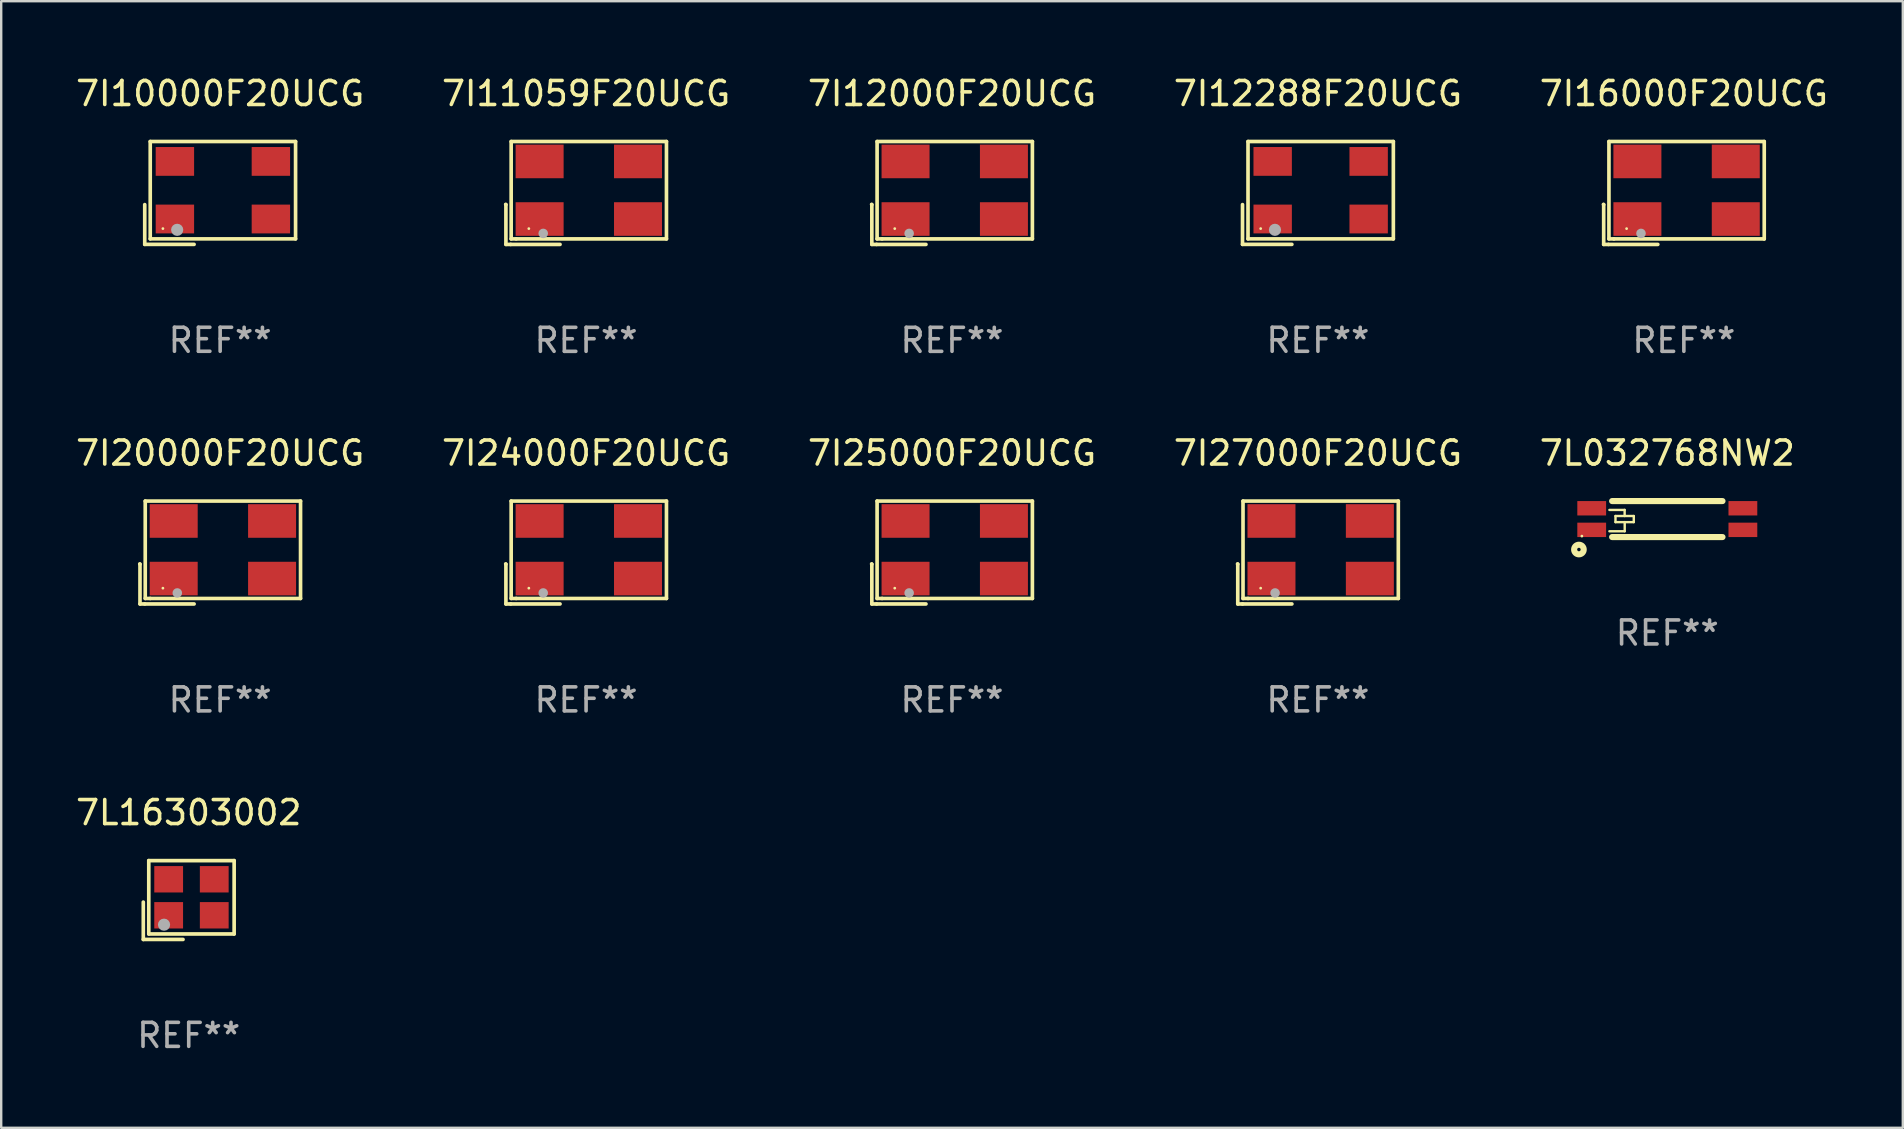
<source format=kicad_pcb>
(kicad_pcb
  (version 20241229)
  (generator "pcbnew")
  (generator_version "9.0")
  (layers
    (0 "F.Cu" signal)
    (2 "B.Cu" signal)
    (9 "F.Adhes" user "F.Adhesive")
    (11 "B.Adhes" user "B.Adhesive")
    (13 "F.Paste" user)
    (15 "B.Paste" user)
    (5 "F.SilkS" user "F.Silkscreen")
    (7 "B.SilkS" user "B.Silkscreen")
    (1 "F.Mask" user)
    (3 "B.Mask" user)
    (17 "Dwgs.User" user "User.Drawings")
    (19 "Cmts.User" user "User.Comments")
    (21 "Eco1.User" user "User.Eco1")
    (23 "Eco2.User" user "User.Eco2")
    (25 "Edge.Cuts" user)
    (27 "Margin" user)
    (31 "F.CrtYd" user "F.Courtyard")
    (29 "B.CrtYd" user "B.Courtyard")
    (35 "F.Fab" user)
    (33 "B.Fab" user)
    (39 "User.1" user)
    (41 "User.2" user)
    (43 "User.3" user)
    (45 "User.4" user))
  (footprint "7I27000F20UCG"
    (layer "F.Cu")
    (at 51.875 19.976)
    (property "Reference" "7I27000F20UCG" (at 0 -4.144 0) (layer "F.SilkS") (effects (font (size 1 1) (thickness 0.15))))
    (attr through_hole)
    (fp_line (start -3.35 0.476) (end -3.341 0.485) (stroke (width 0.152) (type solid)) (layer "F.SilkS"))
    (fp_line (start -3.341 0.485) (end -3.341 2.144) (stroke (width 0.152) (type solid)) (layer "F.SilkS"))
    (fp_line (start -3.341 2.144) (end -3.143 2.144) (stroke (width 0.152) (type solid)) (layer "F.SilkS"))
    (fp_line (start -3.143 2.144) (end -1.085 2.144) (stroke (width 0.152) (type solid)) (layer "F.SilkS"))
    (fp_line (start -3.122 -2.144) (end 3.35 -2.144) (stroke (width 0.152) (type solid)) (layer "F.SilkS"))
    (fp_line (start -3.122 1.915) (end -3.122 -2.144) (stroke (width 0.152) (type solid)) (layer "F.SilkS"))
    (fp_line (start -2.914 1.915) (end -3.122 1.915) (stroke (width 0.152) (type solid)) (layer "F.SilkS"))
    (fp_line (start 3.35 -2.144) (end 3.35 1.915) (stroke (width 0.152) (type solid)) (layer "F.SilkS"))
    (fp_line (start 3.35 1.915) (end -2.914 1.915) (stroke (width 0.152) (type solid)) (layer "F.SilkS"))
    (fp_circle (center -2.386 1.486) (end -2.356 1.486) (stroke (width 0.06) (type solid)) (fill no) (layer "F.SilkS"))
    (fp_circle (center -1.786 1.686) (end -1.686 1.686) (stroke (width 0.2) (type solid)) (fill no) (layer "F.Fab"))
    (fp_text user "REF**" (at 0 6.144 0) (layer "F.Fab") (effects (font (size 1 1) (thickness 0.15))))
    (pad "1" smd rect (at -1.936 1.086) (size 2 1.4) (layers "F.Cu" "F.Mask" "F.Paste"))
    (pad "2" smd rect (at 2.164 1.086) (size 2 1.4) (layers "F.Cu" "F.Mask" "F.Paste"))
    (pad "3" smd rect (at 2.164 -1.314) (size 2 1.4) (layers "F.Cu" "F.Mask" "F.Paste"))
    (pad "4" smd rect (at -1.936 -1.314) (size 2 1.4) (layers "F.Cu" "F.Mask" "F.Paste")))
  (footprint "7L032768NW2"
    (layer "F.Cu")
    (at 66.435 18.582)
    (property "Reference" "7L032768NW2" (at 0 -2.75 0) (layer "F.SilkS") (effects (font (size 1 1) (thickness 0.15))))
    (attr through_hole)
    (fp_line (start -2.413 -0.381) (end -1.778 -0.381) (stroke (width 0.1) (type solid)) (layer "F.SilkS"))
    (fp_line (start -2.3 -0.75) (end 2.3 -0.75) (stroke (width 0.254) (type solid)) (layer "F.SilkS"))
    (fp_line (start -2.3 0.75) (end 2.3 0.75) (stroke (width 0.254) (type solid)) (layer "F.SilkS"))
    (fp_line (start -2.159 -0.127) (end -2.159 0.127) (stroke (width 0.1) (type solid)) (layer "F.SilkS"))
    (fp_line (start -2.159 0.127) (end -1.397 0.127) (stroke (width 0.1) (type solid)) (layer "F.SilkS"))
    (fp_line (start -1.778 -0.381) (end -1.778 -0.127) (stroke (width 0.1) (type solid)) (layer "F.SilkS"))
    (fp_line (start -1.775 0.127) (end -1.775 0.508) (stroke (width 0.1) (type solid)) (layer "F.SilkS"))
    (fp_line (start -1.775 0.508) (end -2.413 0.508) (stroke (width 0.1) (type solid)) (layer "F.SilkS"))
    (fp_line (start -1.397 -0.127) (end -2.159 -0.127) (stroke (width 0.1) (type solid)) (layer "F.SilkS"))
    (fp_line (start -1.397 0.127) (end -1.397 -0.127) (stroke (width 0.1) (type solid)) (layer "F.SilkS"))
    (fp_circle (center -3.683 1.27) (end -3.483 1.27) (stroke (width 0.254) (type solid)) (fill no) (layer "F.SilkS"))
    (fp_circle (center -3.56 0.71) (end -3.53 0.71) (stroke (width 0.06) (type solid)) (fill no) (layer "F.SilkS"))
    (fp_text user "REF**" (at 0 4.75 0) (layer "F.Fab") (effects (font (size 1 1) (thickness 0.15))))
    (pad "1" smd rect (at -3.15 0.45) (size 1.2 0.6) (layers "F.Cu" "F.Mask" "F.Paste"))
    (pad "2" smd rect (at 3.15 0.45) (size 1.2 0.6) (layers "F.Cu" "F.Mask" "F.Paste"))
    (pad "3" smd rect (at 3.15 -0.45 180) (size 1.2 0.6) (layers "F.Cu" "F.Mask" "F.Paste"))
    (pad "4" smd rect (at -3.15 -0.45 180) (size 1.2 0.6) (layers "F.Cu" "F.Mask" "F.Paste")))
  (footprint "7I24000F20UCG"
    (layer "F.Cu")
    (at 21.375 19.976)
    (property "Reference" "7I24000F20UCG" (at 0 -4.144 0) (layer "F.SilkS") (effects (font (size 1 1) (thickness 0.15))))
    (attr through_hole)
    (fp_line (start -3.35 0.476) (end -3.341 0.485) (stroke (width 0.152) (type solid)) (layer "F.SilkS"))
    (fp_line (start -3.341 0.485) (end -3.341 2.144) (stroke (width 0.152) (type solid)) (layer "F.SilkS"))
    (fp_line (start -3.341 2.144) (end -3.143 2.144) (stroke (width 0.152) (type solid)) (layer "F.SilkS"))
    (fp_line (start -3.143 2.144) (end -1.085 2.144) (stroke (width 0.152) (type solid)) (layer "F.SilkS"))
    (fp_line (start -3.122 -2.144) (end 3.35 -2.144) (stroke (width 0.152) (type solid)) (layer "F.SilkS"))
    (fp_line (start -3.122 1.915) (end -3.122 -2.144) (stroke (width 0.152) (type solid)) (layer "F.SilkS"))
    (fp_line (start -2.914 1.915) (end -3.122 1.915) (stroke (width 0.152) (type solid)) (layer "F.SilkS"))
    (fp_line (start 3.35 -2.144) (end 3.35 1.915) (stroke (width 0.152) (type solid)) (layer "F.SilkS"))
    (fp_line (start 3.35 1.915) (end -2.914 1.915) (stroke (width 0.152) (type solid)) (layer "F.SilkS"))
    (fp_circle (center -2.386 1.486) (end -2.356 1.486) (stroke (width 0.06) (type solid)) (fill no) (layer "F.SilkS"))
    (fp_circle (center -1.786 1.686) (end -1.686 1.686) (stroke (width 0.2) (type solid)) (fill no) (layer "F.Fab"))
    (fp_text user "REF**" (at 0 6.144 0) (layer "F.Fab") (effects (font (size 1 1) (thickness 0.15))))
    (pad "1" smd rect (at -1.936 1.086) (size 2 1.4) (layers "F.Cu" "F.Mask" "F.Paste"))
    (pad "2" smd rect (at 2.164 1.086) (size 2 1.4) (layers "F.Cu" "F.Mask" "F.Paste"))
    (pad "3" smd rect (at 2.164 -1.314) (size 2 1.4) (layers "F.Cu" "F.Mask" "F.Paste"))
    (pad "4" smd rect (at -1.936 -1.314) (size 2 1.4) (layers "F.Cu" "F.Mask" "F.Paste")))
  (footprint "7I25000F20UCG"
    (layer "F.Cu")
    (at 36.625 19.976)
    (property "Reference" "7I25000F20UCG" (at 0 -4.144 0) (layer "F.SilkS") (effects (font (size 1 1) (thickness 0.15))))
    (attr through_hole)
    (fp_line (start -3.35 0.476) (end -3.341 0.485) (stroke (width 0.152) (type solid)) (layer "F.SilkS"))
    (fp_line (start -3.341 0.485) (end -3.341 2.144) (stroke (width 0.152) (type solid)) (layer "F.SilkS"))
    (fp_line (start -3.341 2.144) (end -3.143 2.144) (stroke (width 0.152) (type solid)) (layer "F.SilkS"))
    (fp_line (start -3.143 2.144) (end -1.085 2.144) (stroke (width 0.152) (type solid)) (layer "F.SilkS"))
    (fp_line (start -3.122 -2.144) (end 3.35 -2.144) (stroke (width 0.152) (type solid)) (layer "F.SilkS"))
    (fp_line (start -3.122 1.915) (end -3.122 -2.144) (stroke (width 0.152) (type solid)) (layer "F.SilkS"))
    (fp_line (start -2.914 1.915) (end -3.122 1.915) (stroke (width 0.152) (type solid)) (layer "F.SilkS"))
    (fp_line (start 3.35 -2.144) (end 3.35 1.915) (stroke (width 0.152) (type solid)) (layer "F.SilkS"))
    (fp_line (start 3.35 1.915) (end -2.914 1.915) (stroke (width 0.152) (type solid)) (layer "F.SilkS"))
    (fp_circle (center -2.386 1.486) (end -2.356 1.486) (stroke (width 0.06) (type solid)) (fill no) (layer "F.SilkS"))
    (fp_circle (center -1.786 1.686) (end -1.686 1.686) (stroke (width 0.2) (type solid)) (fill no) (layer "F.Fab"))
    (fp_text user "REF**" (at 0 6.144 0) (layer "F.Fab") (effects (font (size 1 1) (thickness 0.15))))
    (pad "1" smd rect (at -1.936 1.086) (size 2 1.4) (layers "F.Cu" "F.Mask" "F.Paste"))
    (pad "2" smd rect (at 2.164 1.086) (size 2 1.4) (layers "F.Cu" "F.Mask" "F.Paste"))
    (pad "3" smd rect (at 2.164 -1.314) (size 2 1.4) (layers "F.Cu" "F.Mask" "F.Paste"))
    (pad "4" smd rect (at -1.936 -1.314) (size 2 1.4) (layers "F.Cu" "F.Mask" "F.Paste")))
  (footprint "7I11059F20UCG"
    (layer "F.Cu")
    (at 21.375 4.992)
    (property "Reference" "7I11059F20UCG" (at 0 -4.144 0) (layer "F.SilkS") (effects (font (size 1 1) (thickness 0.15))))
    (attr through_hole)
    (fp_line (start -3.35 0.476) (end -3.341 0.485) (stroke (width 0.152) (type solid)) (layer "F.SilkS"))
    (fp_line (start -3.341 0.485) (end -3.341 2.144) (stroke (width 0.152) (type solid)) (layer "F.SilkS"))
    (fp_line (start -3.341 2.144) (end -3.143 2.144) (stroke (width 0.152) (type solid)) (layer "F.SilkS"))
    (fp_line (start -3.143 2.144) (end -1.085 2.144) (stroke (width 0.152) (type solid)) (layer "F.SilkS"))
    (fp_line (start -3.122 -2.144) (end 3.35 -2.144) (stroke (width 0.152) (type solid)) (layer "F.SilkS"))
    (fp_line (start -3.122 1.915) (end -3.122 -2.144) (stroke (width 0.152) (type solid)) (layer "F.SilkS"))
    (fp_line (start -2.914 1.915) (end -3.122 1.915) (stroke (width 0.152) (type solid)) (layer "F.SilkS"))
    (fp_line (start 3.35 -2.144) (end 3.35 1.915) (stroke (width 0.152) (type solid)) (layer "F.SilkS"))
    (fp_line (start 3.35 1.915) (end -2.914 1.915) (stroke (width 0.152) (type solid)) (layer "F.SilkS"))
    (fp_circle (center -2.386 1.486) (end -2.356 1.486) (stroke (width 0.06) (type solid)) (fill no) (layer "F.SilkS"))
    (fp_circle (center -1.786 1.686) (end -1.686 1.686) (stroke (width 0.2) (type solid)) (fill no) (layer "F.Fab"))
    (fp_text user "REF**" (at 0 6.144 0) (layer "F.Fab") (effects (font (size 1 1) (thickness 0.15))))
    (pad "1" smd rect (at -1.936 1.086) (size 2 1.4) (layers "F.Cu" "F.Mask" "F.Paste"))
    (pad "2" smd rect (at 2.164 1.086) (size 2 1.4) (layers "F.Cu" "F.Mask" "F.Paste"))
    (pad "3" smd rect (at 2.164 -1.314) (size 2 1.4) (layers "F.Cu" "F.Mask" "F.Paste"))
    (pad "4" smd rect (at -1.936 -1.314) (size 2 1.4) (layers "F.Cu" "F.Mask" "F.Paste")))
  (footprint "7I20000F20UCG"
    (layer "F.Cu")
    (at 6.125 19.976)
    (property "Reference" "7I20000F20UCG" (at 0 -4.144 0) (layer "F.SilkS") (effects (font (size 1 1) (thickness 0.15))))
    (attr through_hole)
    (fp_line (start -3.35 0.476) (end -3.341 0.485) (stroke (width 0.152) (type solid)) (layer "F.SilkS"))
    (fp_line (start -3.341 0.485) (end -3.341 2.144) (stroke (width 0.152) (type solid)) (layer "F.SilkS"))
    (fp_line (start -3.341 2.144) (end -3.143 2.144) (stroke (width 0.152) (type solid)) (layer "F.SilkS"))
    (fp_line (start -3.143 2.144) (end -1.085 2.144) (stroke (width 0.152) (type solid)) (layer "F.SilkS"))
    (fp_line (start -3.122 -2.144) (end 3.35 -2.144) (stroke (width 0.152) (type solid)) (layer "F.SilkS"))
    (fp_line (start -3.122 1.915) (end -3.122 -2.144) (stroke (width 0.152) (type solid)) (layer "F.SilkS"))
    (fp_line (start -2.914 1.915) (end -3.122 1.915) (stroke (width 0.152) (type solid)) (layer "F.SilkS"))
    (fp_line (start 3.35 -2.144) (end 3.35 1.915) (stroke (width 0.152) (type solid)) (layer "F.SilkS"))
    (fp_line (start 3.35 1.915) (end -2.914 1.915) (stroke (width 0.152) (type solid)) (layer "F.SilkS"))
    (fp_circle (center -2.386 1.486) (end -2.356 1.486) (stroke (width 0.06) (type solid)) (fill no) (layer "F.SilkS"))
    (fp_circle (center -1.786 1.686) (end -1.686 1.686) (stroke (width 0.2) (type solid)) (fill no) (layer "F.Fab"))
    (fp_text user "REF**" (at 0 6.144 0) (layer "F.Fab") (effects (font (size 1 1) (thickness 0.15))))
    (pad "1" smd rect (at -1.936 1.086) (size 2 1.4) (layers "F.Cu" "F.Mask" "F.Paste"))
    (pad "2" smd rect (at 2.164 1.086) (size 2 1.4) (layers "F.Cu" "F.Mask" "F.Paste"))
    (pad "3" smd rect (at 2.164 -1.314) (size 2 1.4) (layers "F.Cu" "F.Mask" "F.Paste"))
    (pad "4" smd rect (at -1.936 -1.314) (size 2 1.4) (layers "F.Cu" "F.Mask" "F.Paste")))
  (footprint "7I16000F20UCG"
    (layer "F.Cu")
    (at 67.125 4.992)
    (property "Reference" "7I16000F20UCG" (at 0 -4.144 0) (layer "F.SilkS") (effects (font (size 1 1) (thickness 0.15))))
    (attr through_hole)
    (fp_line (start -3.35 0.476) (end -3.341 0.485) (stroke (width 0.152) (type solid)) (layer "F.SilkS"))
    (fp_line (start -3.341 0.485) (end -3.341 2.144) (stroke (width 0.152) (type solid)) (layer "F.SilkS"))
    (fp_line (start -3.341 2.144) (end -3.143 2.144) (stroke (width 0.152) (type solid)) (layer "F.SilkS"))
    (fp_line (start -3.143 2.144) (end -1.085 2.144) (stroke (width 0.152) (type solid)) (layer "F.SilkS"))
    (fp_line (start -3.122 -2.144) (end 3.35 -2.144) (stroke (width 0.152) (type solid)) (layer "F.SilkS"))
    (fp_line (start -3.122 1.915) (end -3.122 -2.144) (stroke (width 0.152) (type solid)) (layer "F.SilkS"))
    (fp_line (start -2.914 1.915) (end -3.122 1.915) (stroke (width 0.152) (type solid)) (layer "F.SilkS"))
    (fp_line (start 3.35 -2.144) (end 3.35 1.915) (stroke (width 0.152) (type solid)) (layer "F.SilkS"))
    (fp_line (start 3.35 1.915) (end -2.914 1.915) (stroke (width 0.152) (type solid)) (layer "F.SilkS"))
    (fp_circle (center -2.386 1.486) (end -2.356 1.486) (stroke (width 0.06) (type solid)) (fill no) (layer "F.SilkS"))
    (fp_circle (center -1.786 1.686) (end -1.686 1.686) (stroke (width 0.2) (type solid)) (fill no) (layer "F.Fab"))
    (fp_text user "REF**" (at 0 6.144 0) (layer "F.Fab") (effects (font (size 1 1) (thickness 0.15))))
    (pad "1" smd rect (at -1.936 1.086) (size 2 1.4) (layers "F.Cu" "F.Mask" "F.Paste"))
    (pad "2" smd rect (at 2.164 1.086) (size 2 1.4) (layers "F.Cu" "F.Mask" "F.Paste"))
    (pad "3" smd rect (at 2.164 -1.314) (size 2 1.4) (layers "F.Cu" "F.Mask" "F.Paste"))
    (pad "4" smd rect (at -1.936 -1.314) (size 2 1.4) (layers "F.Cu" "F.Mask" "F.Paste")))
  (footprint "7L16303002"
    (layer "F.Cu")
    (at 4.815 34.459)
    (property "Reference" "7L16303002" (at 0 -3.643 0) (layer "F.SilkS") (effects (font (size 1 1) (thickness 0.15))))
    (attr through_hole)
    (fp_line (start -1.893 0.086) (end -1.893 1.643) (stroke (width 0.152) (type solid)) (layer "F.SilkS"))
    (fp_line (start -1.893 1.643) (end -0.237 1.643) (stroke (width 0.152) (type solid)) (layer "F.SilkS"))
    (fp_line (start -1.665 -1.643) (end 1.893 -1.643) (stroke (width 0.152) (type solid)) (layer "F.SilkS"))
    (fp_line (start -1.665 1.414) (end -1.665 -1.643) (stroke (width 0.152) (type solid)) (layer "F.SilkS"))
    (fp_line (start 1.893 -1.643) (end 1.893 1.414) (stroke (width 0.152) (type solid)) (layer "F.SilkS"))
    (fp_line (start 1.893 1.414) (end -1.665 1.414) (stroke (width 0.152) (type solid)) (layer "F.SilkS"))
    (fp_circle (center -1.136 0.885) (end -1.106 0.885) (stroke (width 0.06) (type solid)) (fill no) (layer "F.SilkS"))
    (fp_circle (center -1.029 1.028) (end -0.902 1.028) (stroke (width 0.254) (type solid)) (fill no) (layer "F.Fab"))
    (fp_text user "REF**" (at 0 5.643 0) (layer "F.Fab") (effects (font (size 1 1) (thickness 0.15))))
    (pad "1" smd rect (at -0.836 0.636) (size 1.2 1.1) (layers "F.Cu" "F.Mask" "F.Paste"))
    (pad "2" smd rect (at 1.064 0.636) (size 1.2 1.1) (layers "F.Cu" "F.Mask" "F.Paste"))
    (pad "3" smd rect (at 1.064 -0.865) (size 1.2 1.1) (layers "F.Cu" "F.Mask" "F.Paste"))
    (pad "4" smd rect (at -0.836 -0.865) (size 1.2 1.1) (layers "F.Cu" "F.Mask" "F.Paste")))
  (footprint "7I12000F20UCG"
    (layer "F.Cu")
    (at 36.625 4.992)
    (property "Reference" "7I12000F20UCG" (at 0 -4.144 0) (layer "F.SilkS") (effects (font (size 1 1) (thickness 0.15))))
    (attr through_hole)
    (fp_line (start -3.35 0.476) (end -3.341 0.485) (stroke (width 0.152) (type solid)) (layer "F.SilkS"))
    (fp_line (start -3.341 0.485) (end -3.341 2.144) (stroke (width 0.152) (type solid)) (layer "F.SilkS"))
    (fp_line (start -3.341 2.144) (end -3.143 2.144) (stroke (width 0.152) (type solid)) (layer "F.SilkS"))
    (fp_line (start -3.143 2.144) (end -1.085 2.144) (stroke (width 0.152) (type solid)) (layer "F.SilkS"))
    (fp_line (start -3.122 -2.144) (end 3.35 -2.144) (stroke (width 0.152) (type solid)) (layer "F.SilkS"))
    (fp_line (start -3.122 1.915) (end -3.122 -2.144) (stroke (width 0.152) (type solid)) (layer "F.SilkS"))
    (fp_line (start -2.914 1.915) (end -3.122 1.915) (stroke (width 0.152) (type solid)) (layer "F.SilkS"))
    (fp_line (start 3.35 -2.144) (end 3.35 1.915) (stroke (width 0.152) (type solid)) (layer "F.SilkS"))
    (fp_line (start 3.35 1.915) (end -2.914 1.915) (stroke (width 0.152) (type solid)) (layer "F.SilkS"))
    (fp_circle (center -2.386 1.486) (end -2.356 1.486) (stroke (width 0.06) (type solid)) (fill no) (layer "F.SilkS"))
    (fp_circle (center -1.786 1.686) (end -1.686 1.686) (stroke (width 0.2) (type solid)) (fill no) (layer "F.Fab"))
    (fp_text user "REF**" (at 0 6.144 0) (layer "F.Fab") (effects (font (size 1 1) (thickness 0.15))))
    (pad "1" smd rect (at -1.936 1.086) (size 2 1.4) (layers "F.Cu" "F.Mask" "F.Paste"))
    (pad "2" smd rect (at 2.164 1.086) (size 2 1.4) (layers "F.Cu" "F.Mask" "F.Paste"))
    (pad "3" smd rect (at 2.164 -1.314) (size 2 1.4) (layers "F.Cu" "F.Mask" "F.Paste"))
    (pad "4" smd rect (at -1.936 -1.314) (size 2 1.4) (layers "F.Cu" "F.Mask" "F.Paste")))
  (footprint "7I10000F20UCG"
    (layer "F.Cu")
    (at 6.125 4.991)
    (property "Reference" "7I10000F20UCG" (at 0 -4.143 0) (layer "F.SilkS") (effects (font (size 1 1) (thickness 0.15))))
    (attr through_hole)
    (fp_line (start -3.143 0.486) (end -3.143 2.143) (stroke (width 0.152) (type solid)) (layer "F.SilkS"))
    (fp_line (start -3.143 2.143) (end -1.086 2.143) (stroke (width 0.152) (type solid)) (layer "F.SilkS"))
    (fp_line (start -2.914 -2.143) (end 3.143 -2.143) (stroke (width 0.152) (type solid)) (layer "F.SilkS"))
    (fp_line (start -2.914 1.914) (end -2.914 -2.143) (stroke (width 0.152) (type solid)) (layer "F.SilkS"))
    (fp_line (start 3.143 -2.143) (end 3.143 1.914) (stroke (width 0.152) (type solid)) (layer "F.SilkS"))
    (fp_line (start 3.143 1.914) (end -2.914 1.914) (stroke (width 0.152) (type solid)) (layer "F.SilkS"))
    (fp_circle (center -2.386 1.486) (end -2.356 1.486) (stroke (width 0.06) (type solid)) (fill no) (layer "F.SilkS"))
    (fp_circle (center -1.791 1.537) (end -1.664 1.537) (stroke (width 0.254) (type solid)) (fill no) (layer "F.Fab"))
    (fp_text user "REF**" (at 0 6.143 0) (layer "F.Fab") (effects (font (size 1 1) (thickness 0.15))))
    (pad "1" smd rect (at -1.886 1.086) (size 1.6 1.2) (layers "F.Cu" "F.Mask" "F.Paste"))
    (pad "2" smd rect (at 2.114 1.086) (size 1.6 1.2) (layers "F.Cu" "F.Mask" "F.Paste"))
    (pad "3" smd rect (at 2.114 -1.314) (size 1.6 1.2) (layers "F.Cu" "F.Mask" "F.Paste"))
    (pad "4" smd rect (at -1.886 -1.314) (size 1.6 1.2) (layers "F.Cu" "F.Mask" "F.Paste")))
  (footprint "7I12288F20UCG"
    (layer "F.Cu")
    (at 51.875 4.991)
    (property "Reference" "7I12288F20UCG" (at 0 -4.143 0) (layer "F.SilkS") (effects (font (size 1 1) (thickness 0.15))))
    (attr through_hole)
    (fp_line (start -3.143 0.486) (end -3.143 2.143) (stroke (width 0.152) (type solid)) (layer "F.SilkS"))
    (fp_line (start -3.143 2.143) (end -1.086 2.143) (stroke (width 0.152) (type solid)) (layer "F.SilkS"))
    (fp_line (start -2.914 -2.143) (end 3.143 -2.143) (stroke (width 0.152) (type solid)) (layer "F.SilkS"))
    (fp_line (start -2.914 1.914) (end -2.914 -2.143) (stroke (width 0.152) (type solid)) (layer "F.SilkS"))
    (fp_line (start 3.143 -2.143) (end 3.143 1.914) (stroke (width 0.152) (type solid)) (layer "F.SilkS"))
    (fp_line (start 3.143 1.914) (end -2.914 1.914) (stroke (width 0.152) (type solid)) (layer "F.SilkS"))
    (fp_circle (center -2.386 1.486) (end -2.356 1.486) (stroke (width 0.06) (type solid)) (fill no) (layer "F.SilkS"))
    (fp_circle (center -1.791 1.537) (end -1.664 1.537) (stroke (width 0.254) (type solid)) (fill no) (layer "F.Fab"))
    (fp_text user "REF**" (at 0 6.143 0) (layer "F.Fab") (effects (font (size 1 1) (thickness 0.15))))
    (pad "1" smd rect (at -1.886 1.086) (size 1.6 1.2) (layers "F.Cu" "F.Mask" "F.Paste"))
    (pad "2" smd rect (at 2.114 1.086) (size 1.6 1.2) (layers "F.Cu" "F.Mask" "F.Paste"))
    (pad "3" smd rect (at 2.114 -1.314) (size 1.6 1.2) (layers "F.Cu" "F.Mask" "F.Paste"))
    (pad "4" smd rect (at -1.886 -1.314) (size 1.6 1.2) (layers "F.Cu" "F.Mask" "F.Paste")))
  (gr_rect
    (start -3 -3)
    (end 76.25 43.951)
    (stroke (width 0.1) (type default))
    (fill no)
    (layer "Edge.Cuts")))
</source>
